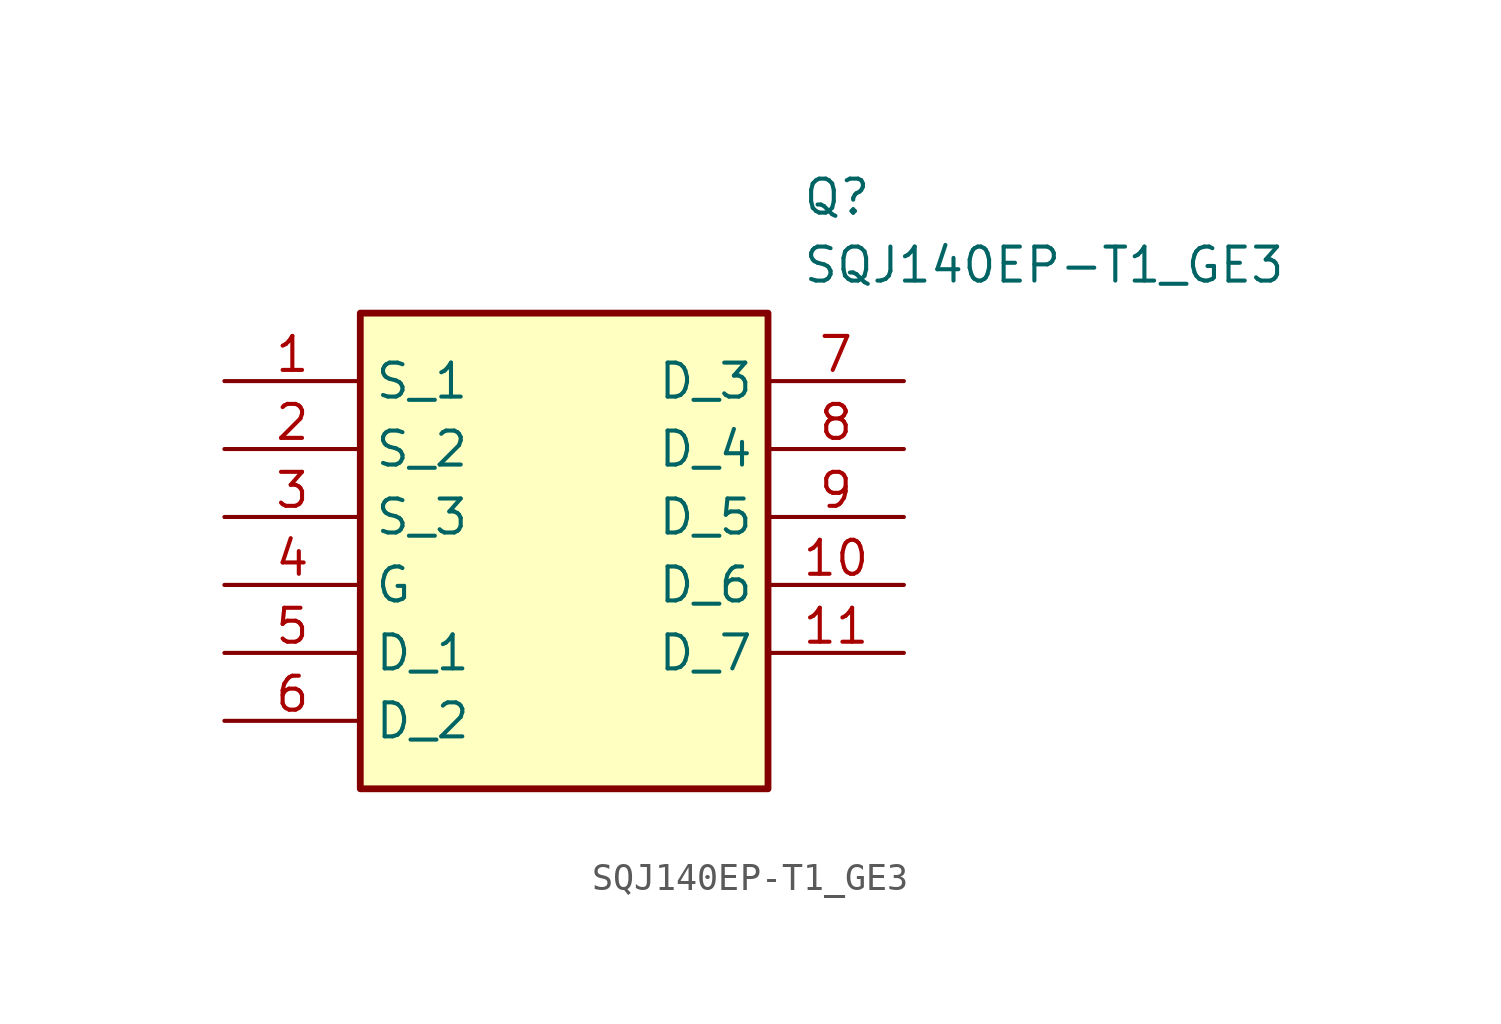
<source format=kicad_sym>
(kicad_symbol_lib
  (version 20211014)
  (generator SamacSys_ECAD_Model)
  (symbol "SQJ140EP-T1_GE3"
    (property "Reference" "Q"
      (at 21.59 7.62 0)
      (effects (font (size 1.27 1.27)) (justify left top)))
    (property "Value" "SQJ140EP-T1_GE3"
      (at 21.59 5.08 0)
      (effects (font (size 1.27 1.27)) (justify left top)))
    (rectangle
      (start 5.08 2.54)
      (end 20.32 -15.24)
      (stroke (width 0.254) (type default))
      (fill (type background)))
    (pin passive line
      (at 0 0 0)
      (length 5.08)
      (name "S_1" (effects (font (size 1.27 1.27))))
      (number "1" (effects (font (size 1.27 1.27)))))
    (pin passive line
      (at 0 -2.54 0)
      (length 5.08)
      (name "S_2" (effects (font (size 1.27 1.27))))
      (number "2" (effects (font (size 1.27 1.27)))))
    (pin passive line
      (at 0 -5.08 0)
      (length 5.08)
      (name "S_3" (effects (font (size 1.27 1.27))))
      (number "3" (effects (font (size 1.27 1.27)))))
    (pin passive line
      (at 0 -7.62 0)
      (length 5.08)
      (name "G" (effects (font (size 1.27 1.27))))
      (number "4" (effects (font (size 1.27 1.27)))))
    (pin passive line
      (at 0 -10.16 0)
      (length 5.08)
      (name "D_1" (effects (font (size 1.27 1.27))))
      (number "5" (effects (font (size 1.27 1.27)))))
    (pin passive line
      (at 0 -12.7 0)
      (length 5.08)
      (name "D_2" (effects (font (size 1.27 1.27))))
      (number "6" (effects (font (size 1.27 1.27)))))
    (pin passive line
      (at 25.4 0 180)
      (length 5.08)
      (name "D_3" (effects (font (size 1.27 1.27))))
      (number "7" (effects (font (size 1.27 1.27)))))
    (pin passive line
      (at 25.4 -2.54 180)
      (length 5.08)
      (name "D_4" (effects (font (size 1.27 1.27))))
      (number "8" (effects (font (size 1.27 1.27)))))
    (pin passive line
      (at 25.4 -5.08 180)
      (length 5.08)
      (name "D_5" (effects (font (size 1.27 1.27))))
      (number "9" (effects (font (size 1.27 1.27)))))
    (pin passive line
      (at 25.4 -7.62 180)
      (length 5.08)
      (name "D_6" (effects (font (size 1.27 1.27))))
      (number "10" (effects (font (size 1.27 1.27)))))
    (pin passive line
      (at 25.4 -10.16 180)
      (length 5.08)
      (name "D_7" (effects (font (size 1.27 1.27))))
      (number "11" (effects (font (size 1.27 1.27)))))))
</source>
